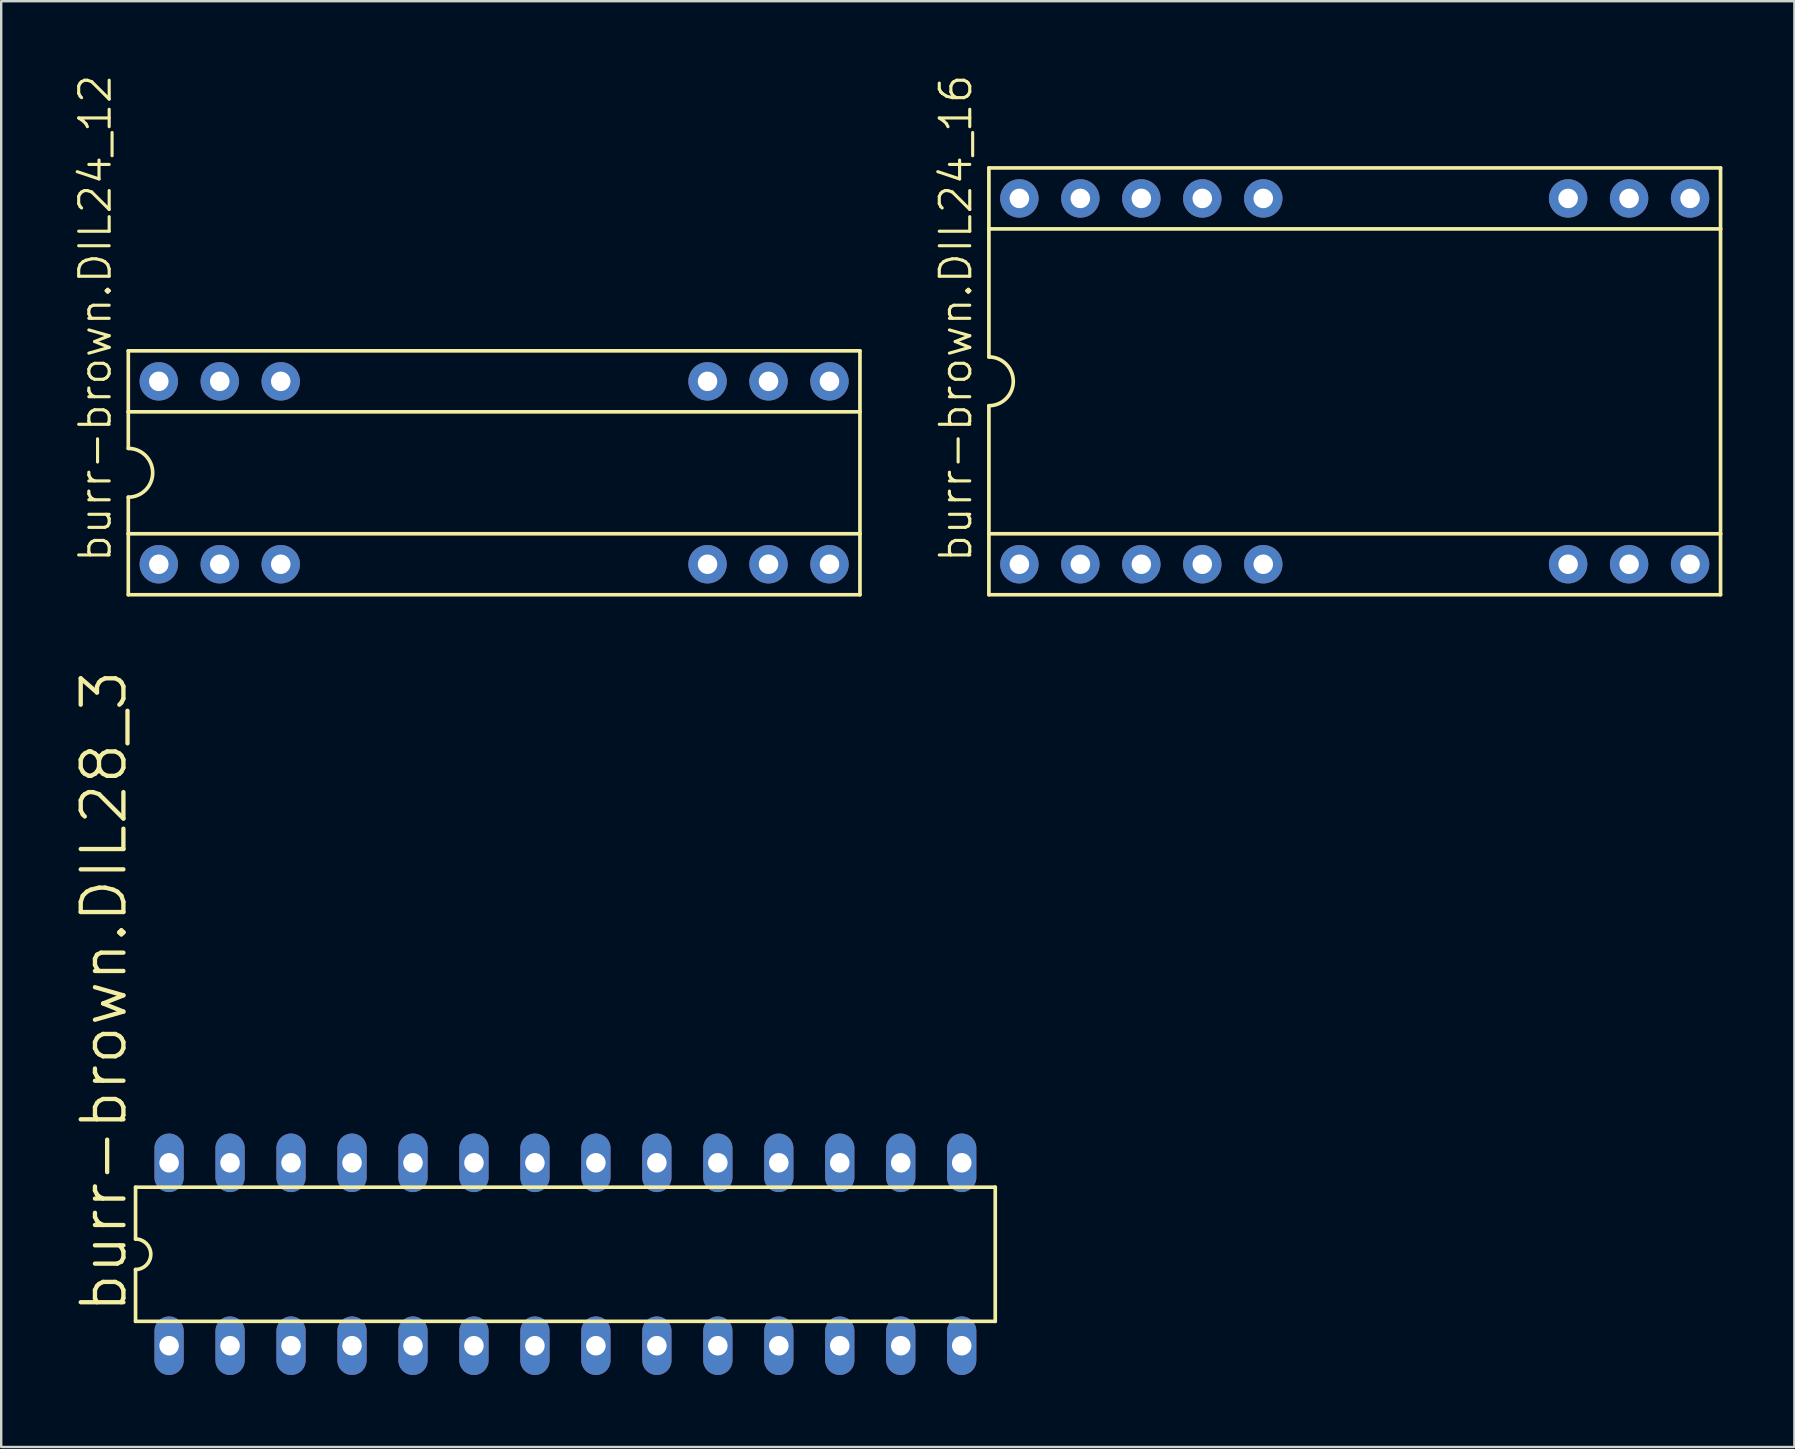
<source format=kicad_pcb>
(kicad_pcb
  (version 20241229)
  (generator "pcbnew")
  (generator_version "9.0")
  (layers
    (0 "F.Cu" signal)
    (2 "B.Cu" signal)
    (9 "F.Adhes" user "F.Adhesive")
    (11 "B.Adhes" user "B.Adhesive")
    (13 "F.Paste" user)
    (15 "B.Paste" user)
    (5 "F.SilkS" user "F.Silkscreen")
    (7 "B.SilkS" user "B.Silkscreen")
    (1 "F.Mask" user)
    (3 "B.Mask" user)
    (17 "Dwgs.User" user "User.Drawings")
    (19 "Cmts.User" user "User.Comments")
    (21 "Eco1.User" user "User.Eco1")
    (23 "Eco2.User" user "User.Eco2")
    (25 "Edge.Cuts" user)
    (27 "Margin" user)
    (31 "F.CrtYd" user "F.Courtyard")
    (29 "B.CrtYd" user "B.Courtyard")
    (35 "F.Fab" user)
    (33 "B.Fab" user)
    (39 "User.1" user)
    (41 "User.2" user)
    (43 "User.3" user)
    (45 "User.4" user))
  (footprint "burr-brown.DIL24_16"
    (layer "F.Cu")
    (at 53.386 12.836)
    (property "Reference" "burr-brown.DIL24_16" (at -15.875 7.62 90) (layer "F.SilkS") (effects (font (size 1.27 1.27) (thickness 0.13)) (justify left bottom)))
    (attr through_hole)
    (fp_line (start -15.24 -8.89) (end -15.24 -6.35) (stroke (width 0.152) (type default)) (layer "F.SilkS"))
    (fp_line (start -15.24 -6.35) (end -15.24 -1.016) (stroke (width 0.152) (type default)) (layer "F.SilkS"))
    (fp_line (start -15.24 6.35) (end -15.24 1.016) (stroke (width 0.152) (type default)) (layer "F.SilkS"))
    (fp_line (start -15.24 6.35) (end 15.24 6.35) (stroke (width 0.152) (type default)) (layer "F.SilkS"))
    (fp_line (start -15.24 8.89) (end -15.24 6.35) (stroke (width 0.152) (type default)) (layer "F.SilkS"))
    (fp_line (start -15.24 8.89) (end 15.24 8.89) (stroke (width 0.152) (type default)) (layer "F.SilkS"))
    (fp_line (start 15.24 -8.89) (end -15.24 -8.89) (stroke (width 0.152) (type default)) (layer "F.SilkS"))
    (fp_line (start 15.24 -8.89) (end 15.24 -6.35) (stroke (width 0.152) (type default)) (layer "F.SilkS"))
    (fp_line (start 15.24 -6.35) (end -15.24 -6.35) (stroke (width 0.152) (type default)) (layer "F.SilkS"))
    (fp_line (start 15.24 -6.35) (end 15.24 6.35) (stroke (width 0.152) (type default)) (layer "F.SilkS"))
    (fp_line (start 15.24 6.35) (end 15.24 8.89) (stroke (width 0.152) (type default)) (layer "F.SilkS"))
    (fp_arc (start -15.24 -1.016) (mid -14.224 0) (end -15.24 1.016) (stroke (width 0.1524) (type default)) (layer "F.SilkS"))
    (pad "1" thru_hole circle (at -13.97 7.62) (size 1.6 1.6) (drill 0.813) (layers "*.Cu" "*.Mask"))
    (pad "2" thru_hole circle (at -11.43 7.62) (size 1.6 1.6) (drill 0.813) (layers "*.Cu" "*.Mask"))
    (pad "3" thru_hole circle (at -8.89 7.62) (size 1.6 1.6) (drill 0.813) (layers "*.Cu" "*.Mask"))
    (pad "4" thru_hole circle (at -6.35 7.62) (size 1.6 1.6) (drill 0.813) (layers "*.Cu" "*.Mask"))
    (pad "5" thru_hole circle (at -3.81 7.62) (size 1.6 1.6) (drill 0.813) (layers "*.Cu" "*.Mask"))
    (pad "10" thru_hole circle (at 8.89 7.62) (size 1.6 1.6) (drill 0.813) (layers "*.Cu" "*.Mask"))
    (pad "11" thru_hole circle (at 11.43 7.62) (size 1.6 1.6) (drill 0.813) (layers "*.Cu" "*.Mask"))
    (pad "12" thru_hole circle (at 13.97 7.62) (size 1.6 1.6) (drill 0.813) (layers "*.Cu" "*.Mask"))
    (pad "13" thru_hole circle (at 13.97 -7.62) (size 1.6 1.6) (drill 0.813) (layers "*.Cu" "*.Mask"))
    (pad "14" thru_hole circle (at 11.43 -7.62) (size 1.6 1.6) (drill 0.813) (layers "*.Cu" "*.Mask"))
    (pad "15" thru_hole circle (at 8.89 -7.62) (size 1.6 1.6) (drill 0.813) (layers "*.Cu" "*.Mask"))
    (pad "20" thru_hole circle (at -3.81 -7.62) (size 1.6 1.6) (drill 0.813) (layers "*.Cu" "*.Mask"))
    (pad "21" thru_hole circle (at -6.35 -7.62) (size 1.6 1.6) (drill 0.813) (layers "*.Cu" "*.Mask"))
    (pad "22" thru_hole circle (at -8.89 -7.62) (size 1.6 1.6) (drill 0.813) (layers "*.Cu" "*.Mask"))
    (pad "23" thru_hole circle (at -11.43 -7.62) (size 1.6 1.6) (drill 0.813) (layers "*.Cu" "*.Mask"))
    (pad "24" thru_hole circle (at -13.97 -7.62) (size 1.6 1.6) (drill 0.813) (layers "*.Cu" "*.Mask")))
  (footprint "burr-brown.DIL28_3"
    (layer "F.Cu")
    (at 20.504 49.201)
    (property "Reference" "burr-brown.DIL28_3" (at -18.186 2.54 90) (layer "F.SilkS") (effects (font (size 1.778 1.778) (thickness 0.18)) (justify left bottom)))
    (attr through_hole)
    (fp_line (start -17.907 -2.794) (end -17.907 -0.635) (stroke (width 0.152) (type default)) (layer "F.SilkS"))
    (fp_line (start -17.907 -2.794) (end 17.907 -2.794) (stroke (width 0.152) (type default)) (layer "F.SilkS"))
    (fp_line (start -17.907 0.635) (end -17.907 2.794) (stroke (width 0.152) (type default)) (layer "F.SilkS"))
    (fp_line (start -17.907 2.794) (end 17.907 2.794) (stroke (width 0.152) (type default)) (layer "F.SilkS"))
    (fp_line (start 17.907 -2.794) (end 17.907 2.794) (stroke (width 0.152) (type default)) (layer "F.SilkS"))
    (fp_arc (start -17.907 -0.635) (mid -17.272 0) (end -17.907 0.635) (stroke (width 0.1524) (type default)) (layer "F.SilkS"))
    (pad "1" thru_hole oval (at -16.51 3.81 90) (size 2.438 1.219) (drill 0.813) (layers "*.Cu" "*.Mask"))
    (pad "2" thru_hole oval (at -13.97 3.81 90) (size 2.438 1.219) (drill 0.813) (layers "*.Cu" "*.Mask"))
    (pad "3" thru_hole oval (at -11.43 3.81 90) (size 2.438 1.219) (drill 0.813) (layers "*.Cu" "*.Mask"))
    (pad "4" thru_hole oval (at -8.89 3.81 90) (size 2.438 1.219) (drill 0.813) (layers "*.Cu" "*.Mask"))
    (pad "5" thru_hole oval (at -6.35 3.81 90) (size 2.438 1.219) (drill 0.813) (layers "*.Cu" "*.Mask"))
    (pad "6" thru_hole oval (at -3.81 3.81 90) (size 2.438 1.219) (drill 0.813) (layers "*.Cu" "*.Mask"))
    (pad "7" thru_hole oval (at -1.27 3.81 90) (size 2.438 1.219) (drill 0.813) (layers "*.Cu" "*.Mask"))
    (pad "8" thru_hole oval (at 1.27 3.81 90) (size 2.438 1.219) (drill 0.813) (layers "*.Cu" "*.Mask"))
    (pad "9" thru_hole oval (at 3.81 3.81 90) (size 2.438 1.219) (drill 0.813) (layers "*.Cu" "*.Mask"))
    (pad "10" thru_hole oval (at 6.35 3.81 90) (size 2.438 1.219) (drill 0.813) (layers "*.Cu" "*.Mask"))
    (pad "11" thru_hole oval (at 8.89 3.81 90) (size 2.438 1.219) (drill 0.813) (layers "*.Cu" "*.Mask"))
    (pad "12" thru_hole oval (at 11.43 3.81 90) (size 2.438 1.219) (drill 0.813) (layers "*.Cu" "*.Mask"))
    (pad "13" thru_hole oval (at 13.97 3.81 90) (size 2.438 1.219) (drill 0.813) (layers "*.Cu" "*.Mask"))
    (pad "14" thru_hole oval (at 16.51 3.81 90) (size 2.438 1.219) (drill 0.813) (layers "*.Cu" "*.Mask"))
    (pad "15" thru_hole oval (at 16.51 -3.81 90) (size 2.438 1.219) (drill 0.813) (layers "*.Cu" "*.Mask"))
    (pad "16" thru_hole oval (at 13.97 -3.81 90) (size 2.438 1.219) (drill 0.813) (layers "*.Cu" "*.Mask"))
    (pad "17" thru_hole oval (at 11.43 -3.81 90) (size 2.438 1.219) (drill 0.813) (layers "*.Cu" "*.Mask"))
    (pad "18" thru_hole oval (at 8.89 -3.81 90) (size 2.438 1.219) (drill 0.813) (layers "*.Cu" "*.Mask"))
    (pad "19" thru_hole oval (at 6.35 -3.81 90) (size 2.438 1.219) (drill 0.813) (layers "*.Cu" "*.Mask"))
    (pad "20" thru_hole oval (at 3.81 -3.81 90) (size 2.438 1.219) (drill 0.813) (layers "*.Cu" "*.Mask"))
    (pad "21" thru_hole oval (at 1.27 -3.81 90) (size 2.438 1.219) (drill 0.813) (layers "*.Cu" "*.Mask"))
    (pad "22" thru_hole oval (at -1.27 -3.81 90) (size 2.438 1.219) (drill 0.813) (layers "*.Cu" "*.Mask"))
    (pad "23" thru_hole oval (at -3.81 -3.81 90) (size 2.438 1.219) (drill 0.813) (layers "*.Cu" "*.Mask"))
    (pad "24" thru_hole oval (at -6.35 -3.81 90) (size 2.438 1.219) (drill 0.813) (layers "*.Cu" "*.Mask"))
    (pad "25" thru_hole oval (at -8.89 -3.81 90) (size 2.438 1.219) (drill 0.813) (layers "*.Cu" "*.Mask"))
    (pad "26" thru_hole oval (at -11.43 -3.81 90) (size 2.438 1.219) (drill 0.813) (layers "*.Cu" "*.Mask"))
    (pad "27" thru_hole oval (at -13.97 -3.81 90) (size 2.438 1.219) (drill 0.813) (layers "*.Cu" "*.Mask"))
    (pad "28" thru_hole oval (at -16.51 -3.81 90) (size 2.438 1.219) (drill 0.813) (layers "*.Cu" "*.Mask")))
  (footprint "burr-brown.DIL24_12"
    (layer "F.Cu")
    (at 17.535 16.646)
    (property "Reference" "burr-brown.DIL24_12" (at -15.875 3.81 90) (layer "F.SilkS") (effects (font (size 1.27 1.27) (thickness 0.13)) (justify left bottom)))
    (attr through_hole)
    (fp_line (start -15.24 -5.08) (end -15.24 -2.54) (stroke (width 0.152) (type default)) (layer "F.SilkS"))
    (fp_line (start -15.24 -2.54) (end -15.24 -1.016) (stroke (width 0.152) (type default)) (layer "F.SilkS"))
    (fp_line (start -15.24 2.54) (end -15.24 1.016) (stroke (width 0.152) (type default)) (layer "F.SilkS"))
    (fp_line (start -15.24 2.54) (end 15.24 2.54) (stroke (width 0.152) (type default)) (layer "F.SilkS"))
    (fp_line (start -15.24 5.08) (end -15.24 2.54) (stroke (width 0.152) (type default)) (layer "F.SilkS"))
    (fp_line (start -15.24 5.08) (end 15.24 5.08) (stroke (width 0.152) (type default)) (layer "F.SilkS"))
    (fp_line (start 15.24 -5.08) (end -15.24 -5.08) (stroke (width 0.152) (type default)) (layer "F.SilkS"))
    (fp_line (start 15.24 -5.08) (end 15.24 -2.54) (stroke (width 0.152) (type default)) (layer "F.SilkS"))
    (fp_line (start 15.24 -2.54) (end -15.24 -2.54) (stroke (width 0.152) (type default)) (layer "F.SilkS"))
    (fp_line (start 15.24 -2.54) (end 15.24 2.54) (stroke (width 0.152) (type default)) (layer "F.SilkS"))
    (fp_line (start 15.24 2.54) (end 15.24 5.08) (stroke (width 0.152) (type default)) (layer "F.SilkS"))
    (fp_arc (start -15.24 -1.016) (mid -14.224 0) (end -15.24 1.016) (stroke (width 0.1524) (type default)) (layer "F.SilkS"))
    (pad "1" thru_hole circle (at -13.97 3.81) (size 1.6 1.6) (drill 0.813) (layers "*.Cu" "*.Mask"))
    (pad "2" thru_hole circle (at -11.43 3.81) (size 1.6 1.6) (drill 0.813) (layers "*.Cu" "*.Mask"))
    (pad "3" thru_hole circle (at -8.89 3.81) (size 1.6 1.6) (drill 0.813) (layers "*.Cu" "*.Mask"))
    (pad "10" thru_hole circle (at 8.89 3.81) (size 1.6 1.6) (drill 0.813) (layers "*.Cu" "*.Mask"))
    (pad "11" thru_hole circle (at 11.43 3.81) (size 1.6 1.6) (drill 0.813) (layers "*.Cu" "*.Mask"))
    (pad "12" thru_hole circle (at 13.97 3.81) (size 1.6 1.6) (drill 0.813) (layers "*.Cu" "*.Mask"))
    (pad "13" thru_hole circle (at 13.97 -3.81) (size 1.6 1.6) (drill 0.813) (layers "*.Cu" "*.Mask"))
    (pad "14" thru_hole circle (at 11.43 -3.81) (size 1.6 1.6) (drill 0.813) (layers "*.Cu" "*.Mask"))
    (pad "15" thru_hole circle (at 8.89 -3.81) (size 1.6 1.6) (drill 0.813) (layers "*.Cu" "*.Mask"))
    (pad "22" thru_hole circle (at -8.89 -3.81) (size 1.6 1.6) (drill 0.813) (layers "*.Cu" "*.Mask"))
    (pad "23" thru_hole circle (at -11.43 -3.81) (size 1.6 1.6) (drill 0.813) (layers "*.Cu" "*.Mask"))
    (pad "24" thru_hole circle (at -13.97 -3.81) (size 1.6 1.6) (drill 0.813) (layers "*.Cu" "*.Mask")))
  (gr_rect
    (start -3 -3)
    (end 71.702 57.23)
    (stroke (width 0.1) (type default))
    (fill no)
    (layer "Edge.Cuts")))
</source>
